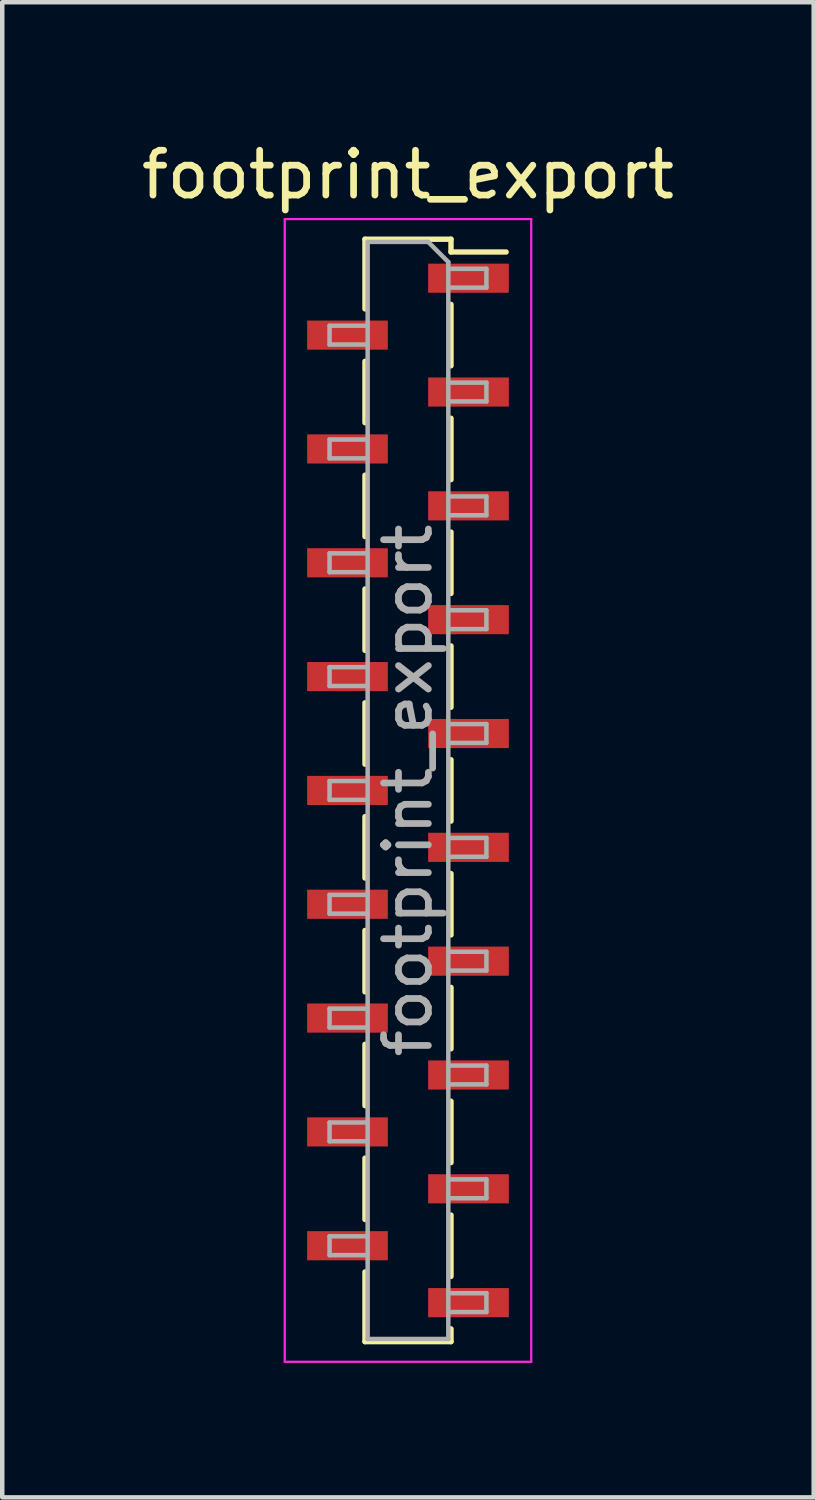
<source format=kicad_pcb>
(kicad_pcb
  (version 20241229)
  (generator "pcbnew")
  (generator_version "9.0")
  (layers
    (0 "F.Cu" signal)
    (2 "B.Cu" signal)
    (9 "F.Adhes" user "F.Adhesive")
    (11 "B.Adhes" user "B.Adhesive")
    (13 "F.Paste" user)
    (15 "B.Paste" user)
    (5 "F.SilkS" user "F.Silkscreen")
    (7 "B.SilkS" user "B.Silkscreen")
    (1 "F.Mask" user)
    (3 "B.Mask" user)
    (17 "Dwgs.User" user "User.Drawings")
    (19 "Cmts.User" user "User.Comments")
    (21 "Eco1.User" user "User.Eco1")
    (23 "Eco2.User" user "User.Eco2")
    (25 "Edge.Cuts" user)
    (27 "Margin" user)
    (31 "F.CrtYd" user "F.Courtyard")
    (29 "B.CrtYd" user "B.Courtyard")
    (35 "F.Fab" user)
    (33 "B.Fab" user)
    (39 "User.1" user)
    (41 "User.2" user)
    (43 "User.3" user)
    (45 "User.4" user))
  (footprint "footprint_export"
    (layer "F.Cu")
    (at 6.054 14.588)
    (property "Reference" "footprint_export" (at 0 -13.74 0) (layer "F.SilkS") (effects (font (size 1 1) (thickness 0.15))))
    (attr smd)
    (fp_line (start -0.96 -12.3) (end -0.96 -10.745) (stroke (width 0.12) (type solid)) (layer "F.SilkS"))
    (fp_line (start -0.96 -12.3) (end 0.96 -12.3) (stroke (width 0.12) (type solid)) (layer "F.SilkS"))
    (fp_line (start -0.96 -9.575) (end -0.96 -8.205) (stroke (width 0.12) (type solid)) (layer "F.SilkS"))
    (fp_line (start -0.96 -7.035) (end -0.96 -5.665) (stroke (width 0.12) (type solid)) (layer "F.SilkS"))
    (fp_line (start -0.96 -4.495) (end -0.96 -3.125) (stroke (width 0.12) (type solid)) (layer "F.SilkS"))
    (fp_line (start -0.96 -1.955) (end -0.96 -0.585) (stroke (width 0.12) (type solid)) (layer "F.SilkS"))
    (fp_line (start -0.96 0.585) (end -0.96 1.955) (stroke (width 0.12) (type solid)) (layer "F.SilkS"))
    (fp_line (start -0.96 3.125) (end -0.96 4.495) (stroke (width 0.12) (type solid)) (layer "F.SilkS"))
    (fp_line (start -0.96 5.665) (end -0.96 7.035) (stroke (width 0.12) (type solid)) (layer "F.SilkS"))
    (fp_line (start -0.96 8.205) (end -0.96 9.575) (stroke (width 0.12) (type solid)) (layer "F.SilkS"))
    (fp_line (start -0.96 10.745) (end -0.96 12.3) (stroke (width 0.12) (type solid)) (layer "F.SilkS"))
    (fp_line (start -0.96 12.3) (end 0.96 12.3) (stroke (width 0.12) (type solid)) (layer "F.SilkS"))
    (fp_line (start 0.96 -12.3) (end 0.96 -12.015) (stroke (width 0.12) (type solid)) (layer "F.SilkS"))
    (fp_line (start 0.96 -12.015) (end 2.19 -12.015) (stroke (width 0.12) (type solid)) (layer "F.SilkS"))
    (fp_line (start 0.96 -10.845) (end 0.96 -9.475) (stroke (width 0.12) (type solid)) (layer "F.SilkS"))
    (fp_line (start 0.96 -8.305) (end 0.96 -6.935) (stroke (width 0.12) (type solid)) (layer "F.SilkS"))
    (fp_line (start 0.96 -5.765) (end 0.96 -4.395) (stroke (width 0.12) (type solid)) (layer "F.SilkS"))
    (fp_line (start 0.96 -3.225) (end 0.96 -1.855) (stroke (width 0.12) (type solid)) (layer "F.SilkS"))
    (fp_line (start 0.96 -0.685) (end 0.96 0.685) (stroke (width 0.12) (type solid)) (layer "F.SilkS"))
    (fp_line (start 0.96 1.855) (end 0.96 3.225) (stroke (width 0.12) (type solid)) (layer "F.SilkS"))
    (fp_line (start 0.96 4.395) (end 0.96 5.765) (stroke (width 0.12) (type solid)) (layer "F.SilkS"))
    (fp_line (start 0.96 6.935) (end 0.96 8.305) (stroke (width 0.12) (type solid)) (layer "F.SilkS"))
    (fp_line (start 0.96 9.475) (end 0.96 10.845) (stroke (width 0.12) (type solid)) (layer "F.SilkS"))
    (fp_line (start 0.96 12.015) (end 0.96 12.3) (stroke (width 0.12) (type solid)) (layer "F.SilkS"))
    (fp_line (start -2.75 -12.75) (end 2.75 -12.75) (stroke (width 0.05) (type solid)) (layer "F.CrtYd"))
    (fp_line (start -2.75 12.75) (end -2.75 -12.75) (stroke (width 0.05) (type solid)) (layer "F.CrtYd"))
    (fp_line (start 2.75 -12.75) (end 2.75 12.75) (stroke (width 0.05) (type solid)) (layer "F.CrtYd"))
    (fp_line (start 2.75 12.75) (end -2.75 12.75) (stroke (width 0.05) (type solid)) (layer "F.CrtYd"))
    (fp_line (start -1.75 -10.37) (end -0.9 -10.37) (stroke (width 0.1) (type solid)) (layer "F.Fab"))
    (fp_line (start -1.75 -9.95) (end -1.75 -10.37) (stroke (width 0.1) (type solid)) (layer "F.Fab"))
    (fp_line (start -1.75 -7.83) (end -0.9 -7.83) (stroke (width 0.1) (type solid)) (layer "F.Fab"))
    (fp_line (start -1.75 -7.41) (end -1.75 -7.83) (stroke (width 0.1) (type solid)) (layer "F.Fab"))
    (fp_line (start -1.75 -5.29) (end -0.9 -5.29) (stroke (width 0.1) (type solid)) (layer "F.Fab"))
    (fp_line (start -1.75 -4.87) (end -1.75 -5.29) (stroke (width 0.1) (type solid)) (layer "F.Fab"))
    (fp_line (start -1.75 -2.75) (end -0.9 -2.75) (stroke (width 0.1) (type solid)) (layer "F.Fab"))
    (fp_line (start -1.75 -2.33) (end -1.75 -2.75) (stroke (width 0.1) (type solid)) (layer "F.Fab"))
    (fp_line (start -1.75 -0.21) (end -0.9 -0.21) (stroke (width 0.1) (type solid)) (layer "F.Fab"))
    (fp_line (start -1.75 0.21) (end -1.75 -0.21) (stroke (width 0.1) (type solid)) (layer "F.Fab"))
    (fp_line (start -1.75 2.33) (end -0.9 2.33) (stroke (width 0.1) (type solid)) (layer "F.Fab"))
    (fp_line (start -1.75 2.75) (end -1.75 2.33) (stroke (width 0.1) (type solid)) (layer "F.Fab"))
    (fp_line (start -1.75 4.87) (end -0.9 4.87) (stroke (width 0.1) (type solid)) (layer "F.Fab"))
    (fp_line (start -1.75 5.29) (end -1.75 4.87) (stroke (width 0.1) (type solid)) (layer "F.Fab"))
    (fp_line (start -1.75 7.41) (end -0.9 7.41) (stroke (width 0.1) (type solid)) (layer "F.Fab"))
    (fp_line (start -1.75 7.83) (end -1.75 7.41) (stroke (width 0.1) (type solid)) (layer "F.Fab"))
    (fp_line (start -1.75 9.95) (end -0.9 9.95) (stroke (width 0.1) (type solid)) (layer "F.Fab"))
    (fp_line (start -1.75 10.37) (end -1.75 9.95) (stroke (width 0.1) (type solid)) (layer "F.Fab"))
    (fp_line (start -0.9 -12.24) (end 0.45 -12.24) (stroke (width 0.1) (type solid)) (layer "F.Fab"))
    (fp_line (start -0.9 -9.95) (end -1.75 -9.95) (stroke (width 0.1) (type solid)) (layer "F.Fab"))
    (fp_line (start -0.9 -7.41) (end -1.75 -7.41) (stroke (width 0.1) (type solid)) (layer "F.Fab"))
    (fp_line (start -0.9 -4.87) (end -1.75 -4.87) (stroke (width 0.1) (type solid)) (layer "F.Fab"))
    (fp_line (start -0.9 -2.33) (end -1.75 -2.33) (stroke (width 0.1) (type solid)) (layer "F.Fab"))
    (fp_line (start -0.9 0.21) (end -1.75 0.21) (stroke (width 0.1) (type solid)) (layer "F.Fab"))
    (fp_line (start -0.9 2.75) (end -1.75 2.75) (stroke (width 0.1) (type solid)) (layer "F.Fab"))
    (fp_line (start -0.9 5.29) (end -1.75 5.29) (stroke (width 0.1) (type solid)) (layer "F.Fab"))
    (fp_line (start -0.9 7.83) (end -1.75 7.83) (stroke (width 0.1) (type solid)) (layer "F.Fab"))
    (fp_line (start -0.9 10.37) (end -1.75 10.37) (stroke (width 0.1) (type solid)) (layer "F.Fab"))
    (fp_line (start -0.9 12.24) (end -0.9 -12.24) (stroke (width 0.1) (type solid)) (layer "F.Fab"))
    (fp_line (start 0.45 -12.24) (end 0.9 -11.79) (stroke (width 0.1) (type solid)) (layer "F.Fab"))
    (fp_line (start 0.9 -11.79) (end 0.9 12.24) (stroke (width 0.1) (type solid)) (layer "F.Fab"))
    (fp_line (start 0.9 -11.64) (end 1.75 -11.64) (stroke (width 0.1) (type solid)) (layer "F.Fab"))
    (fp_line (start 0.9 -9.1) (end 1.75 -9.1) (stroke (width 0.1) (type solid)) (layer "F.Fab"))
    (fp_line (start 0.9 -6.56) (end 1.75 -6.56) (stroke (width 0.1) (type solid)) (layer "F.Fab"))
    (fp_line (start 0.9 -4.02) (end 1.75 -4.02) (stroke (width 0.1) (type solid)) (layer "F.Fab"))
    (fp_line (start 0.9 -1.48) (end 1.75 -1.48) (stroke (width 0.1) (type solid)) (layer "F.Fab"))
    (fp_line (start 0.9 1.06) (end 1.75 1.06) (stroke (width 0.1) (type solid)) (layer "F.Fab"))
    (fp_line (start 0.9 3.6) (end 1.75 3.6) (stroke (width 0.1) (type solid)) (layer "F.Fab"))
    (fp_line (start 0.9 6.14) (end 1.75 6.14) (stroke (width 0.1) (type solid)) (layer "F.Fab"))
    (fp_line (start 0.9 8.68) (end 1.75 8.68) (stroke (width 0.1) (type solid)) (layer "F.Fab"))
    (fp_line (start 0.9 11.22) (end 1.75 11.22) (stroke (width 0.1) (type solid)) (layer "F.Fab"))
    (fp_line (start 0.9 12.24) (end -0.9 12.24) (stroke (width 0.1) (type solid)) (layer "F.Fab"))
    (fp_line (start 1.75 -11.64) (end 1.75 -11.22) (stroke (width 0.1) (type solid)) (layer "F.Fab"))
    (fp_line (start 1.75 -11.22) (end 0.9 -11.22) (stroke (width 0.1) (type solid)) (layer "F.Fab"))
    (fp_line (start 1.75 -9.1) (end 1.75 -8.68) (stroke (width 0.1) (type solid)) (layer "F.Fab"))
    (fp_line (start 1.75 -8.68) (end 0.9 -8.68) (stroke (width 0.1) (type solid)) (layer "F.Fab"))
    (fp_line (start 1.75 -6.56) (end 1.75 -6.14) (stroke (width 0.1) (type solid)) (layer "F.Fab"))
    (fp_line (start 1.75 -6.14) (end 0.9 -6.14) (stroke (width 0.1) (type solid)) (layer "F.Fab"))
    (fp_line (start 1.75 -4.02) (end 1.75 -3.6) (stroke (width 0.1) (type solid)) (layer "F.Fab"))
    (fp_line (start 1.75 -3.6) (end 0.9 -3.6) (stroke (width 0.1) (type solid)) (layer "F.Fab"))
    (fp_line (start 1.75 -1.48) (end 1.75 -1.06) (stroke (width 0.1) (type solid)) (layer "F.Fab"))
    (fp_line (start 1.75 -1.06) (end 0.9 -1.06) (stroke (width 0.1) (type solid)) (layer "F.Fab"))
    (fp_line (start 1.75 1.06) (end 1.75 1.48) (stroke (width 0.1) (type solid)) (layer "F.Fab"))
    (fp_line (start 1.75 1.48) (end 0.9 1.48) (stroke (width 0.1) (type solid)) (layer "F.Fab"))
    (fp_line (start 1.75 3.6) (end 1.75 4.02) (stroke (width 0.1) (type solid)) (layer "F.Fab"))
    (fp_line (start 1.75 4.02) (end 0.9 4.02) (stroke (width 0.1) (type solid)) (layer "F.Fab"))
    (fp_line (start 1.75 6.14) (end 1.75 6.56) (stroke (width 0.1) (type solid)) (layer "F.Fab"))
    (fp_line (start 1.75 6.56) (end 0.9 6.56) (stroke (width 0.1) (type solid)) (layer "F.Fab"))
    (fp_line (start 1.75 8.68) (end 1.75 9.1) (stroke (width 0.1) (type solid)) (layer "F.Fab"))
    (fp_line (start 1.75 9.1) (end 0.9 9.1) (stroke (width 0.1) (type solid)) (layer "F.Fab"))
    (fp_line (start 1.75 11.22) (end 1.75 11.64) (stroke (width 0.1) (type solid)) (layer "F.Fab"))
    (fp_line (start 1.75 11.64) (end 0.9 11.64) (stroke (width 0.1) (type solid)) (layer "F.Fab"))
    (fp_text user "${REFERENCE}" (at 0 0 90) (layer "F.Fab") (effects (font (size 1 1) (thickness 0.15))))
    (pad "1" smd rect (at 1.35 -11.43) (size 1.8 0.65) (layers "F.Cu" "F.Mask" "F.Paste"))
    (pad "2" smd rect (at -1.35 -10.16) (size 1.8 0.65) (layers "F.Cu" "F.Mask" "F.Paste"))
    (pad "3" smd rect (at 1.35 -8.89) (size 1.8 0.65) (layers "F.Cu" "F.Mask" "F.Paste"))
    (pad "4" smd rect (at -1.35 -7.62) (size 1.8 0.65) (layers "F.Cu" "F.Mask" "F.Paste"))
    (pad "5" smd rect (at 1.35 -6.35) (size 1.8 0.65) (layers "F.Cu" "F.Mask" "F.Paste"))
    (pad "6" smd rect (at -1.35 -5.08) (size 1.8 0.65) (layers "F.Cu" "F.Mask" "F.Paste"))
    (pad "7" smd rect (at 1.35 -3.81) (size 1.8 0.65) (layers "F.Cu" "F.Mask" "F.Paste"))
    (pad "8" smd rect (at -1.35 -2.54) (size 1.8 0.65) (layers "F.Cu" "F.Mask" "F.Paste"))
    (pad "9" smd rect (at 1.35 -1.27) (size 1.8 0.65) (layers "F.Cu" "F.Mask" "F.Paste"))
    (pad "10" smd rect (at -1.35 0) (size 1.8 0.65) (layers "F.Cu" "F.Mask" "F.Paste"))
    (pad "11" smd rect (at 1.35 1.27) (size 1.8 0.65) (layers "F.Cu" "F.Mask" "F.Paste"))
    (pad "12" smd rect (at -1.35 2.54) (size 1.8 0.65) (layers "F.Cu" "F.Mask" "F.Paste"))
    (pad "13" smd rect (at 1.35 3.81) (size 1.8 0.65) (layers "F.Cu" "F.Mask" "F.Paste"))
    (pad "14" smd rect (at -1.35 5.08) (size 1.8 0.65) (layers "F.Cu" "F.Mask" "F.Paste"))
    (pad "15" smd rect (at 1.35 6.35) (size 1.8 0.65) (layers "F.Cu" "F.Mask" "F.Paste"))
    (pad "16" smd rect (at -1.35 7.62) (size 1.8 0.65) (layers "F.Cu" "F.Mask" "F.Paste"))
    (pad "17" smd rect (at 1.35 8.89) (size 1.8 0.65) (layers "F.Cu" "F.Mask" "F.Paste"))
    (pad "18" smd rect (at -1.35 10.16) (size 1.8 0.65) (layers "F.Cu" "F.Mask" "F.Paste"))
    (pad "19" smd rect (at 1.35 11.43) (size 1.8 0.65) (layers "F.Cu" "F.Mask" "F.Paste")))
  (gr_rect
    (start -3 -3)
    (end 15.107 30.363)
    (stroke (width 0.1) (type default))
    (fill no)
    (layer "Edge.Cuts")))
</source>
